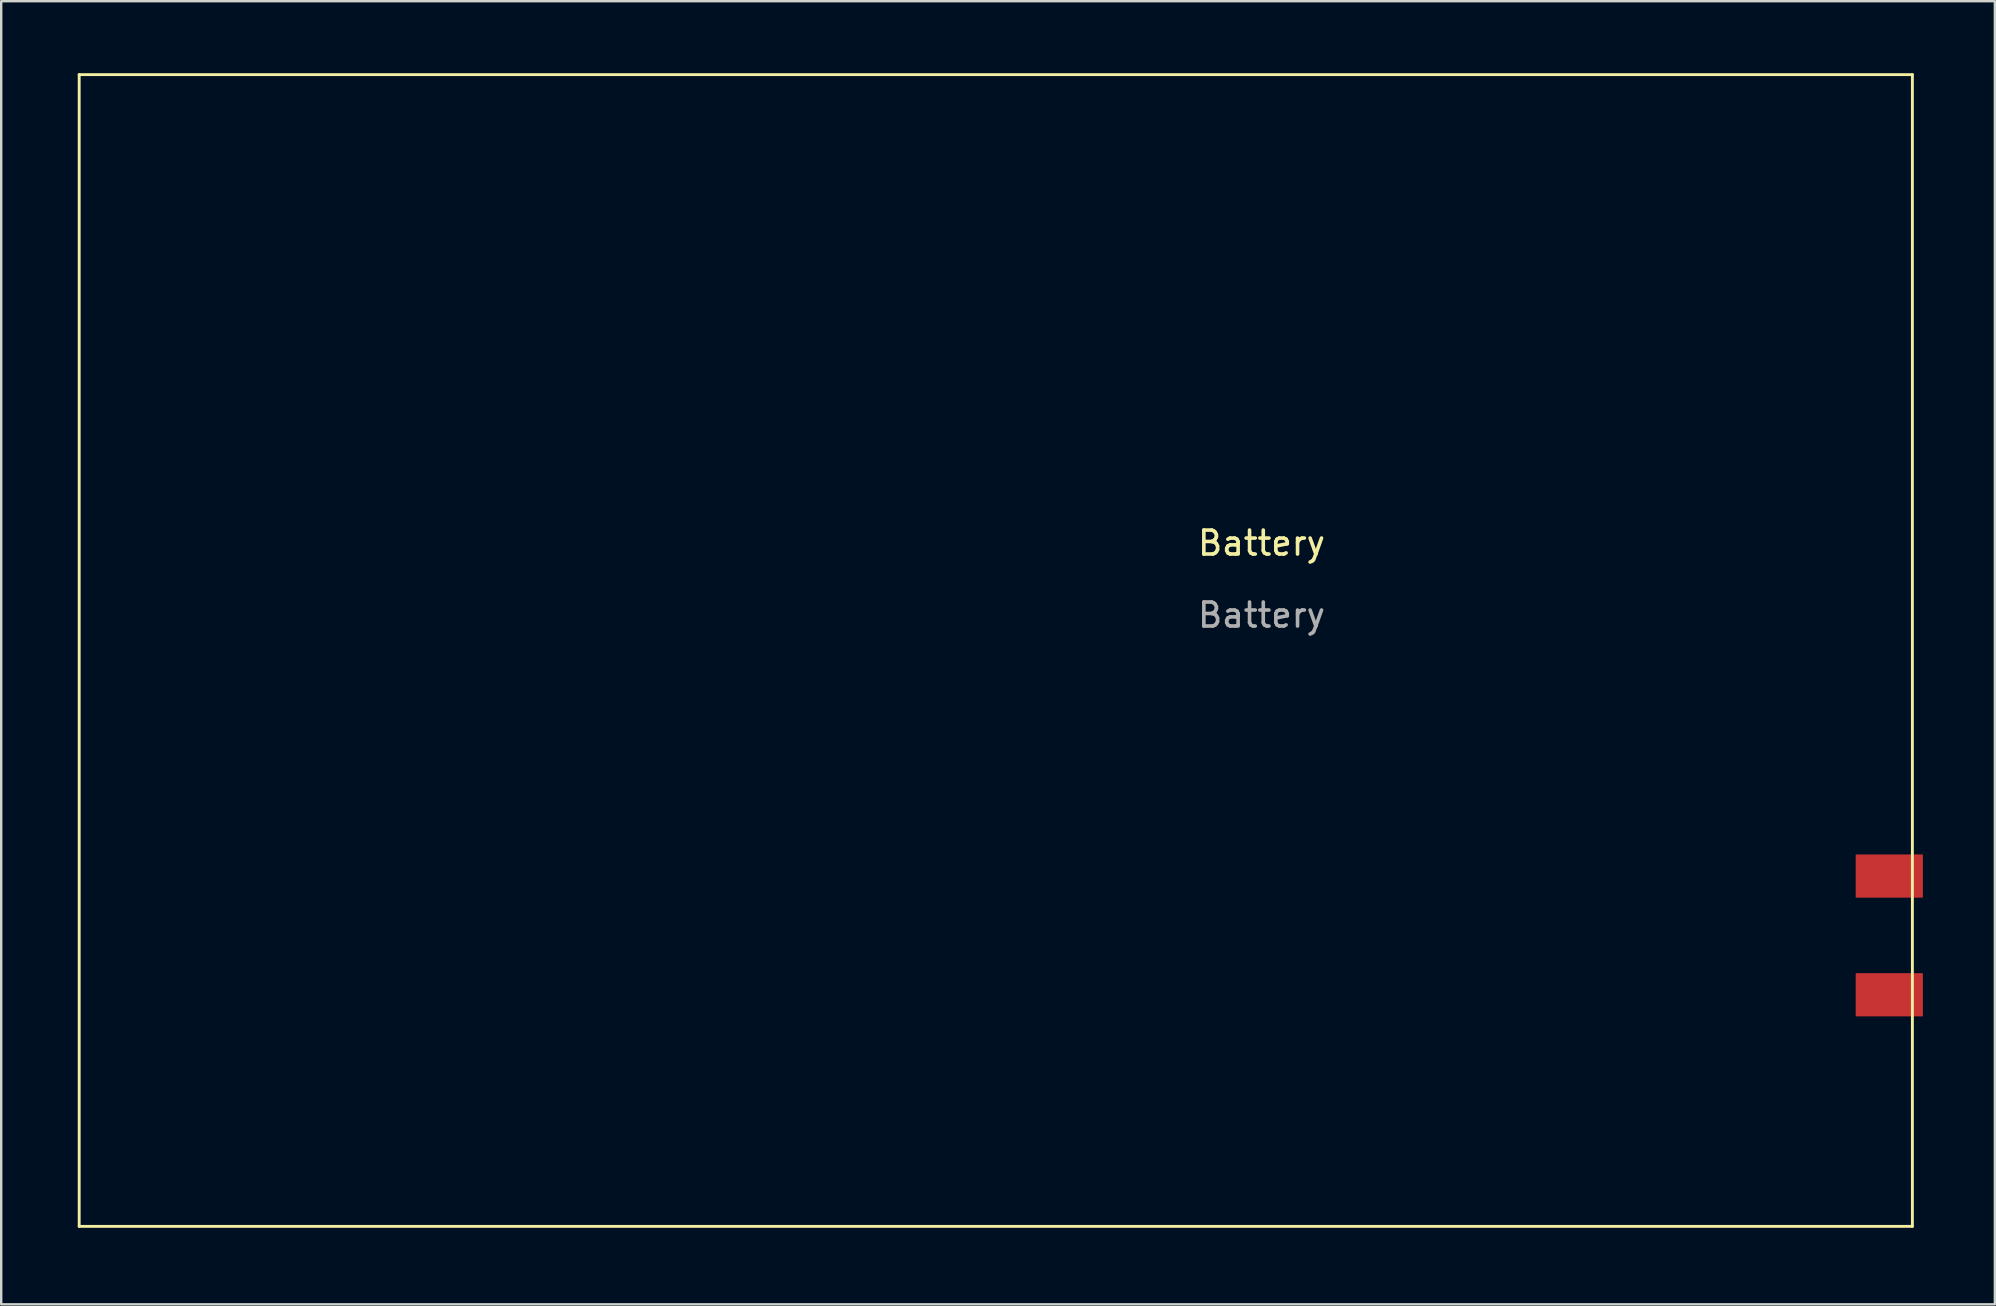
<source format=kicad_pcb>
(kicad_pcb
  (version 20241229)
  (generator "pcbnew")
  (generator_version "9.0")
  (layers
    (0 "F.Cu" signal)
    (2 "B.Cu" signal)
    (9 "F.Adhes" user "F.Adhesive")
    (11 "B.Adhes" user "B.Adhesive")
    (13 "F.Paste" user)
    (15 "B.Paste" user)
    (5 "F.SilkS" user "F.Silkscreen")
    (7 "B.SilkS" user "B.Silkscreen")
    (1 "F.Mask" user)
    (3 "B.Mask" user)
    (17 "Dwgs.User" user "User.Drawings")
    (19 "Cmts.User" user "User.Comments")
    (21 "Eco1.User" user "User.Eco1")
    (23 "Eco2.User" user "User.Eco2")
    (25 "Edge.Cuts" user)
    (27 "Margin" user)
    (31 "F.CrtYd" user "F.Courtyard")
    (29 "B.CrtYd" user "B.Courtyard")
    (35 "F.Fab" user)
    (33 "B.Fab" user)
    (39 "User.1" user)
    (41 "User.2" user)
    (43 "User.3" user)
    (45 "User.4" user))
  (footprint "Battery"
    (layer "F.Cu")
    (at 0.25 48.06)
    (property "Reference" "Battery" (at 49.276 -28.475 0) (unlocked yes) (layer "F.SilkS") (effects (font (size 1 1) (thickness 0.15))))
    (attr smd)
    (fp_line (start 0 -48) (end 0 0) (stroke (width 0.12) (type solid)) (layer "F.SilkS"))
    (fp_line (start 0 0) (end 76.4 0) (stroke (width 0.12) (type solid)) (layer "F.SilkS"))
    (fp_line (start 76.4 -48) (end 0 -48) (stroke (width 0.12) (type solid)) (layer "F.SilkS"))
    (fp_line (start 76.4 0) (end 76.4 -48) (stroke (width 0.12) (type solid)) (layer "F.SilkS"))
    (fp_text user "${REFERENCE}" (at 49.276 -25.475 0) (unlocked yes) (layer "F.Fab") (effects (font (size 1 1) (thickness 0.15))))
    (pad "1" smd rect (at 75.438 -9.652) (size 2.8 1.8) (layers "F.Cu" "F.Mask" "F.Paste"))
    (pad "2" smd rect (at 75.438 -14.6) (size 2.8 1.8) (layers "F.Cu" "F.Mask" "F.Paste")))
  (gr_rect
    (start -3 -3)
    (end 80.088 51.31)
    (stroke (width 0.1) (type default))
    (fill no)
    (layer "Edge.Cuts")))
</source>
